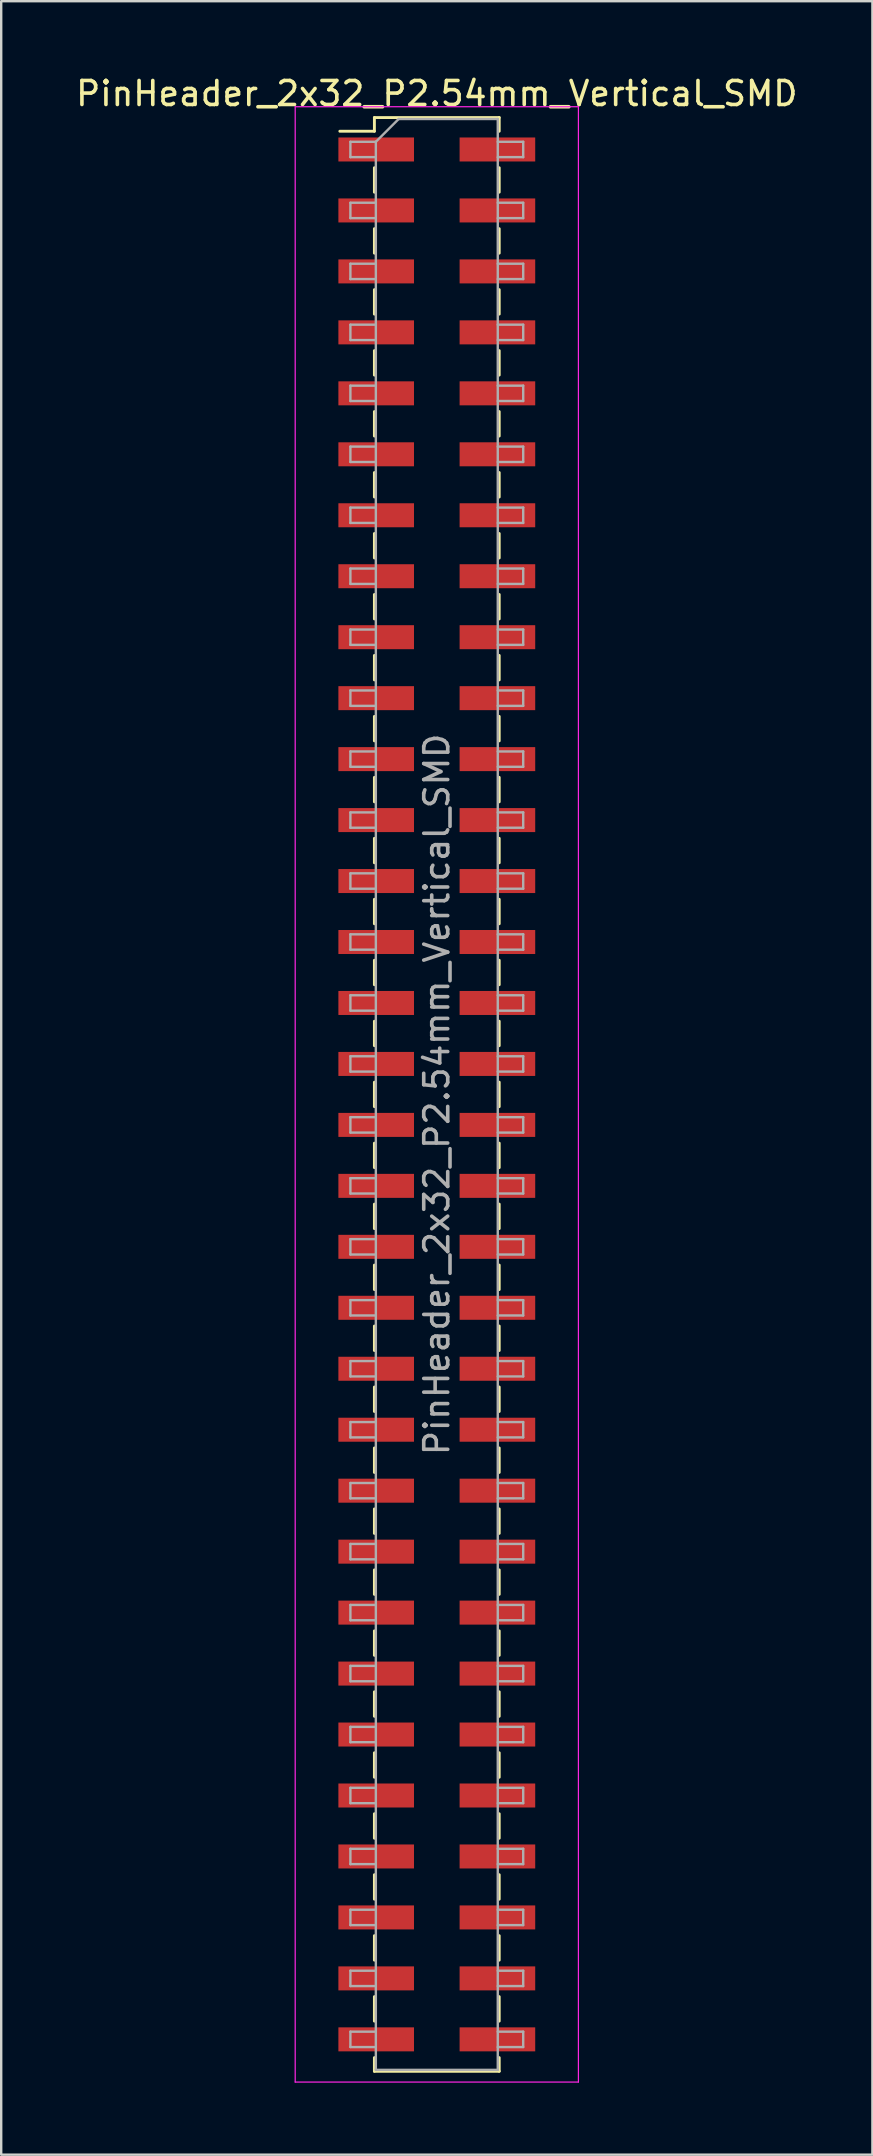
<source format=kicad_pcb>
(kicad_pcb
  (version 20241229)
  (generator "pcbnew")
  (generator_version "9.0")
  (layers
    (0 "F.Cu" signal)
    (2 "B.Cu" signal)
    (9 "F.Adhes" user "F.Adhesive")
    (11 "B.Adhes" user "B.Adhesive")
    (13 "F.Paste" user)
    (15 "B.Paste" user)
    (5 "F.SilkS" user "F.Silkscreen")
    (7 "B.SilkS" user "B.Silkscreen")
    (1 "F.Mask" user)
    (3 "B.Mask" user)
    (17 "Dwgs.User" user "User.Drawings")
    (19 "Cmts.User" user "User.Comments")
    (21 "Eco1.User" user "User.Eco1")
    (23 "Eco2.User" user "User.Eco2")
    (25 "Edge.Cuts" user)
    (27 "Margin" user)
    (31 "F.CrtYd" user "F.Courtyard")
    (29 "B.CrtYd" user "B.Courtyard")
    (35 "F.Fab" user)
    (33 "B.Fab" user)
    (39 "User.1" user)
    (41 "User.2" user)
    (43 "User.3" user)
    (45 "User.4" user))
  (footprint "PinHeader_2x32_P2.54mm_Vertical_SMD"
    (layer "F.Cu")
    (at 15.149 42.548)
    (property "Reference" "PinHeader_2x32_P2.54mm_Vertical_SMD" (at 0 -41.7 0) (layer "F.SilkS") (effects (font (size 1 1) (thickness 0.15))))
    (attr smd)
    (fp_line (start -4.04 -40.13) (end -2.6 -40.13) (stroke (width 0.12) (type solid)) (layer "F.SilkS"))
    (fp_line (start -2.6 -40.7) (end -2.6 -40.13) (stroke (width 0.12) (type solid)) (layer "F.SilkS"))
    (fp_line (start -2.6 -40.7) (end 2.6 -40.7) (stroke (width 0.12) (type solid)) (layer "F.SilkS"))
    (fp_line (start -2.6 -38.61) (end -2.6 -37.59) (stroke (width 0.12) (type solid)) (layer "F.SilkS"))
    (fp_line (start -2.6 -36.07) (end -2.6 -35.05) (stroke (width 0.12) (type solid)) (layer "F.SilkS"))
    (fp_line (start -2.6 -33.53) (end -2.6 -32.51) (stroke (width 0.12) (type solid)) (layer "F.SilkS"))
    (fp_line (start -2.6 -30.99) (end -2.6 -29.97) (stroke (width 0.12) (type solid)) (layer "F.SilkS"))
    (fp_line (start -2.6 -28.45) (end -2.6 -27.43) (stroke (width 0.12) (type solid)) (layer "F.SilkS"))
    (fp_line (start -2.6 -25.91) (end -2.6 -24.89) (stroke (width 0.12) (type solid)) (layer "F.SilkS"))
    (fp_line (start -2.6 -23.37) (end -2.6 -22.35) (stroke (width 0.12) (type solid)) (layer "F.SilkS"))
    (fp_line (start -2.6 -20.83) (end -2.6 -19.81) (stroke (width 0.12) (type solid)) (layer "F.SilkS"))
    (fp_line (start -2.6 -18.29) (end -2.6 -17.27) (stroke (width 0.12) (type solid)) (layer "F.SilkS"))
    (fp_line (start -2.6 -15.75) (end -2.6 -14.73) (stroke (width 0.12) (type solid)) (layer "F.SilkS"))
    (fp_line (start -2.6 -13.21) (end -2.6 -12.19) (stroke (width 0.12) (type solid)) (layer "F.SilkS"))
    (fp_line (start -2.6 -10.67) (end -2.6 -9.65) (stroke (width 0.12) (type solid)) (layer "F.SilkS"))
    (fp_line (start -2.6 -8.13) (end -2.6 -7.11) (stroke (width 0.12) (type solid)) (layer "F.SilkS"))
    (fp_line (start -2.6 -5.59) (end -2.6 -4.57) (stroke (width 0.12) (type solid)) (layer "F.SilkS"))
    (fp_line (start -2.6 -3.05) (end -2.6 -2.03) (stroke (width 0.12) (type solid)) (layer "F.SilkS"))
    (fp_line (start -2.6 -0.51) (end -2.6 0.51) (stroke (width 0.12) (type solid)) (layer "F.SilkS"))
    (fp_line (start -2.6 2.03) (end -2.6 3.05) (stroke (width 0.12) (type solid)) (layer "F.SilkS"))
    (fp_line (start -2.6 4.57) (end -2.6 5.59) (stroke (width 0.12) (type solid)) (layer "F.SilkS"))
    (fp_line (start -2.6 7.11) (end -2.6 8.13) (stroke (width 0.12) (type solid)) (layer "F.SilkS"))
    (fp_line (start -2.6 9.65) (end -2.6 10.67) (stroke (width 0.12) (type solid)) (layer "F.SilkS"))
    (fp_line (start -2.6 12.19) (end -2.6 13.21) (stroke (width 0.12) (type solid)) (layer "F.SilkS"))
    (fp_line (start -2.6 14.73) (end -2.6 15.75) (stroke (width 0.12) (type solid)) (layer "F.SilkS"))
    (fp_line (start -2.6 17.27) (end -2.6 18.29) (stroke (width 0.12) (type solid)) (layer "F.SilkS"))
    (fp_line (start -2.6 19.81) (end -2.6 20.83) (stroke (width 0.12) (type solid)) (layer "F.SilkS"))
    (fp_line (start -2.6 22.35) (end -2.6 23.37) (stroke (width 0.12) (type solid)) (layer "F.SilkS"))
    (fp_line (start -2.6 24.89) (end -2.6 25.91) (stroke (width 0.12) (type solid)) (layer "F.SilkS"))
    (fp_line (start -2.6 27.43) (end -2.6 28.45) (stroke (width 0.12) (type solid)) (layer "F.SilkS"))
    (fp_line (start -2.6 29.97) (end -2.6 30.99) (stroke (width 0.12) (type solid)) (layer "F.SilkS"))
    (fp_line (start -2.6 32.51) (end -2.6 33.53) (stroke (width 0.12) (type solid)) (layer "F.SilkS"))
    (fp_line (start -2.6 35.05) (end -2.6 36.07) (stroke (width 0.12) (type solid)) (layer "F.SilkS"))
    (fp_line (start -2.6 37.59) (end -2.6 38.61) (stroke (width 0.12) (type solid)) (layer "F.SilkS"))
    (fp_line (start -2.6 40.13) (end -2.6 40.7) (stroke (width 0.12) (type solid)) (layer "F.SilkS"))
    (fp_line (start -2.6 40.7) (end 2.6 40.7) (stroke (width 0.12) (type solid)) (layer "F.SilkS"))
    (fp_line (start 2.6 -40.7) (end 2.6 -40.13) (stroke (width 0.12) (type solid)) (layer "F.SilkS"))
    (fp_line (start 2.6 -38.61) (end 2.6 -37.59) (stroke (width 0.12) (type solid)) (layer "F.SilkS"))
    (fp_line (start 2.6 -36.07) (end 2.6 -35.05) (stroke (width 0.12) (type solid)) (layer "F.SilkS"))
    (fp_line (start 2.6 -33.53) (end 2.6 -32.51) (stroke (width 0.12) (type solid)) (layer "F.SilkS"))
    (fp_line (start 2.6 -30.99) (end 2.6 -29.97) (stroke (width 0.12) (type solid)) (layer "F.SilkS"))
    (fp_line (start 2.6 -28.45) (end 2.6 -27.43) (stroke (width 0.12) (type solid)) (layer "F.SilkS"))
    (fp_line (start 2.6 -25.91) (end 2.6 -24.89) (stroke (width 0.12) (type solid)) (layer "F.SilkS"))
    (fp_line (start 2.6 -23.37) (end 2.6 -22.35) (stroke (width 0.12) (type solid)) (layer "F.SilkS"))
    (fp_line (start 2.6 -20.83) (end 2.6 -19.81) (stroke (width 0.12) (type solid)) (layer "F.SilkS"))
    (fp_line (start 2.6 -18.29) (end 2.6 -17.27) (stroke (width 0.12) (type solid)) (layer "F.SilkS"))
    (fp_line (start 2.6 -15.75) (end 2.6 -14.73) (stroke (width 0.12) (type solid)) (layer "F.SilkS"))
    (fp_line (start 2.6 -13.21) (end 2.6 -12.19) (stroke (width 0.12) (type solid)) (layer "F.SilkS"))
    (fp_line (start 2.6 -10.67) (end 2.6 -9.65) (stroke (width 0.12) (type solid)) (layer "F.SilkS"))
    (fp_line (start 2.6 -8.13) (end 2.6 -7.11) (stroke (width 0.12) (type solid)) (layer "F.SilkS"))
    (fp_line (start 2.6 -5.59) (end 2.6 -4.57) (stroke (width 0.12) (type solid)) (layer "F.SilkS"))
    (fp_line (start 2.6 -3.05) (end 2.6 -2.03) (stroke (width 0.12) (type solid)) (layer "F.SilkS"))
    (fp_line (start 2.6 -0.51) (end 2.6 0.51) (stroke (width 0.12) (type solid)) (layer "F.SilkS"))
    (fp_line (start 2.6 2.03) (end 2.6 3.05) (stroke (width 0.12) (type solid)) (layer "F.SilkS"))
    (fp_line (start 2.6 4.57) (end 2.6 5.59) (stroke (width 0.12) (type solid)) (layer "F.SilkS"))
    (fp_line (start 2.6 7.11) (end 2.6 8.13) (stroke (width 0.12) (type solid)) (layer "F.SilkS"))
    (fp_line (start 2.6 9.65) (end 2.6 10.67) (stroke (width 0.12) (type solid)) (layer "F.SilkS"))
    (fp_line (start 2.6 12.19) (end 2.6 13.21) (stroke (width 0.12) (type solid)) (layer "F.SilkS"))
    (fp_line (start 2.6 14.73) (end 2.6 15.75) (stroke (width 0.12) (type solid)) (layer "F.SilkS"))
    (fp_line (start 2.6 17.27) (end 2.6 18.29) (stroke (width 0.12) (type solid)) (layer "F.SilkS"))
    (fp_line (start 2.6 19.81) (end 2.6 20.83) (stroke (width 0.12) (type solid)) (layer "F.SilkS"))
    (fp_line (start 2.6 22.35) (end 2.6 23.37) (stroke (width 0.12) (type solid)) (layer "F.SilkS"))
    (fp_line (start 2.6 24.89) (end 2.6 25.91) (stroke (width 0.12) (type solid)) (layer "F.SilkS"))
    (fp_line (start 2.6 27.43) (end 2.6 28.45) (stroke (width 0.12) (type solid)) (layer "F.SilkS"))
    (fp_line (start 2.6 29.97) (end 2.6 30.99) (stroke (width 0.12) (type solid)) (layer "F.SilkS"))
    (fp_line (start 2.6 32.51) (end 2.6 33.53) (stroke (width 0.12) (type solid)) (layer "F.SilkS"))
    (fp_line (start 2.6 35.05) (end 2.6 36.07) (stroke (width 0.12) (type solid)) (layer "F.SilkS"))
    (fp_line (start 2.6 37.59) (end 2.6 38.61) (stroke (width 0.12) (type solid)) (layer "F.SilkS"))
    (fp_line (start 2.6 40.13) (end 2.6 40.7) (stroke (width 0.12) (type solid)) (layer "F.SilkS"))
    (fp_line (start -5.9 -41.15) (end -5.9 41.15) (stroke (width 0.05) (type solid)) (layer "F.CrtYd"))
    (fp_line (start -5.9 41.15) (end 5.9 41.15) (stroke (width 0.05) (type solid)) (layer "F.CrtYd"))
    (fp_line (start 5.9 -41.15) (end -5.9 -41.15) (stroke (width 0.05) (type solid)) (layer "F.CrtYd"))
    (fp_line (start 5.9 41.15) (end 5.9 -41.15) (stroke (width 0.05) (type solid)) (layer "F.CrtYd"))
    (fp_line (start -3.6 -39.69) (end -3.6 -39.05) (stroke (width 0.1) (type solid)) (layer "F.Fab"))
    (fp_line (start -3.6 -39.05) (end -2.54 -39.05) (stroke (width 0.1) (type solid)) (layer "F.Fab"))
    (fp_line (start -3.6 -37.15) (end -3.6 -36.51) (stroke (width 0.1) (type solid)) (layer "F.Fab"))
    (fp_line (start -3.6 -36.51) (end -2.54 -36.51) (stroke (width 0.1) (type solid)) (layer "F.Fab"))
    (fp_line (start -3.6 -34.61) (end -3.6 -33.97) (stroke (width 0.1) (type solid)) (layer "F.Fab"))
    (fp_line (start -3.6 -33.97) (end -2.54 -33.97) (stroke (width 0.1) (type solid)) (layer "F.Fab"))
    (fp_line (start -3.6 -32.07) (end -3.6 -31.43) (stroke (width 0.1) (type solid)) (layer "F.Fab"))
    (fp_line (start -3.6 -31.43) (end -2.54 -31.43) (stroke (width 0.1) (type solid)) (layer "F.Fab"))
    (fp_line (start -3.6 -29.53) (end -3.6 -28.89) (stroke (width 0.1) (type solid)) (layer "F.Fab"))
    (fp_line (start -3.6 -28.89) (end -2.54 -28.89) (stroke (width 0.1) (type solid)) (layer "F.Fab"))
    (fp_line (start -3.6 -26.99) (end -3.6 -26.35) (stroke (width 0.1) (type solid)) (layer "F.Fab"))
    (fp_line (start -3.6 -26.35) (end -2.54 -26.35) (stroke (width 0.1) (type solid)) (layer "F.Fab"))
    (fp_line (start -3.6 -24.45) (end -3.6 -23.81) (stroke (width 0.1) (type solid)) (layer "F.Fab"))
    (fp_line (start -3.6 -23.81) (end -2.54 -23.81) (stroke (width 0.1) (type solid)) (layer "F.Fab"))
    (fp_line (start -3.6 -21.91) (end -3.6 -21.27) (stroke (width 0.1) (type solid)) (layer "F.Fab"))
    (fp_line (start -3.6 -21.27) (end -2.54 -21.27) (stroke (width 0.1) (type solid)) (layer "F.Fab"))
    (fp_line (start -3.6 -19.37) (end -3.6 -18.73) (stroke (width 0.1) (type solid)) (layer "F.Fab"))
    (fp_line (start -3.6 -18.73) (end -2.54 -18.73) (stroke (width 0.1) (type solid)) (layer "F.Fab"))
    (fp_line (start -3.6 -16.83) (end -3.6 -16.19) (stroke (width 0.1) (type solid)) (layer "F.Fab"))
    (fp_line (start -3.6 -16.19) (end -2.54 -16.19) (stroke (width 0.1) (type solid)) (layer "F.Fab"))
    (fp_line (start -3.6 -14.29) (end -3.6 -13.65) (stroke (width 0.1) (type solid)) (layer "F.Fab"))
    (fp_line (start -3.6 -13.65) (end -2.54 -13.65) (stroke (width 0.1) (type solid)) (layer "F.Fab"))
    (fp_line (start -3.6 -11.75) (end -3.6 -11.11) (stroke (width 0.1) (type solid)) (layer "F.Fab"))
    (fp_line (start -3.6 -11.11) (end -2.54 -11.11) (stroke (width 0.1) (type solid)) (layer "F.Fab"))
    (fp_line (start -3.6 -9.21) (end -3.6 -8.57) (stroke (width 0.1) (type solid)) (layer "F.Fab"))
    (fp_line (start -3.6 -8.57) (end -2.54 -8.57) (stroke (width 0.1) (type solid)) (layer "F.Fab"))
    (fp_line (start -3.6 -6.67) (end -3.6 -6.03) (stroke (width 0.1) (type solid)) (layer "F.Fab"))
    (fp_line (start -3.6 -6.03) (end -2.54 -6.03) (stroke (width 0.1) (type solid)) (layer "F.Fab"))
    (fp_line (start -3.6 -4.13) (end -3.6 -3.49) (stroke (width 0.1) (type solid)) (layer "F.Fab"))
    (fp_line (start -3.6 -3.49) (end -2.54 -3.49) (stroke (width 0.1) (type solid)) (layer "F.Fab"))
    (fp_line (start -3.6 -1.59) (end -3.6 -0.95) (stroke (width 0.1) (type solid)) (layer "F.Fab"))
    (fp_line (start -3.6 -0.95) (end -2.54 -0.95) (stroke (width 0.1) (type solid)) (layer "F.Fab"))
    (fp_line (start -3.6 0.95) (end -3.6 1.59) (stroke (width 0.1) (type solid)) (layer "F.Fab"))
    (fp_line (start -3.6 1.59) (end -2.54 1.59) (stroke (width 0.1) (type solid)) (layer "F.Fab"))
    (fp_line (start -3.6 3.49) (end -3.6 4.13) (stroke (width 0.1) (type solid)) (layer "F.Fab"))
    (fp_line (start -3.6 4.13) (end -2.54 4.13) (stroke (width 0.1) (type solid)) (layer "F.Fab"))
    (fp_line (start -3.6 6.03) (end -3.6 6.67) (stroke (width 0.1) (type solid)) (layer "F.Fab"))
    (fp_line (start -3.6 6.67) (end -2.54 6.67) (stroke (width 0.1) (type solid)) (layer "F.Fab"))
    (fp_line (start -3.6 8.57) (end -3.6 9.21) (stroke (width 0.1) (type solid)) (layer "F.Fab"))
    (fp_line (start -3.6 9.21) (end -2.54 9.21) (stroke (width 0.1) (type solid)) (layer "F.Fab"))
    (fp_line (start -3.6 11.11) (end -3.6 11.75) (stroke (width 0.1) (type solid)) (layer "F.Fab"))
    (fp_line (start -3.6 11.75) (end -2.54 11.75) (stroke (width 0.1) (type solid)) (layer "F.Fab"))
    (fp_line (start -3.6 13.65) (end -3.6 14.29) (stroke (width 0.1) (type solid)) (layer "F.Fab"))
    (fp_line (start -3.6 14.29) (end -2.54 14.29) (stroke (width 0.1) (type solid)) (layer "F.Fab"))
    (fp_line (start -3.6 16.19) (end -3.6 16.83) (stroke (width 0.1) (type solid)) (layer "F.Fab"))
    (fp_line (start -3.6 16.83) (end -2.54 16.83) (stroke (width 0.1) (type solid)) (layer "F.Fab"))
    (fp_line (start -3.6 18.73) (end -3.6 19.37) (stroke (width 0.1) (type solid)) (layer "F.Fab"))
    (fp_line (start -3.6 19.37) (end -2.54 19.37) (stroke (width 0.1) (type solid)) (layer "F.Fab"))
    (fp_line (start -3.6 21.27) (end -3.6 21.91) (stroke (width 0.1) (type solid)) (layer "F.Fab"))
    (fp_line (start -3.6 21.91) (end -2.54 21.91) (stroke (width 0.1) (type solid)) (layer "F.Fab"))
    (fp_line (start -3.6 23.81) (end -3.6 24.45) (stroke (width 0.1) (type solid)) (layer "F.Fab"))
    (fp_line (start -3.6 24.45) (end -2.54 24.45) (stroke (width 0.1) (type solid)) (layer "F.Fab"))
    (fp_line (start -3.6 26.35) (end -3.6 26.99) (stroke (width 0.1) (type solid)) (layer "F.Fab"))
    (fp_line (start -3.6 26.99) (end -2.54 26.99) (stroke (width 0.1) (type solid)) (layer "F.Fab"))
    (fp_line (start -3.6 28.89) (end -3.6 29.53) (stroke (width 0.1) (type solid)) (layer "F.Fab"))
    (fp_line (start -3.6 29.53) (end -2.54 29.53) (stroke (width 0.1) (type solid)) (layer "F.Fab"))
    (fp_line (start -3.6 31.43) (end -3.6 32.07) (stroke (width 0.1) (type solid)) (layer "F.Fab"))
    (fp_line (start -3.6 32.07) (end -2.54 32.07) (stroke (width 0.1) (type solid)) (layer "F.Fab"))
    (fp_line (start -3.6 33.97) (end -3.6 34.61) (stroke (width 0.1) (type solid)) (layer "F.Fab"))
    (fp_line (start -3.6 34.61) (end -2.54 34.61) (stroke (width 0.1) (type solid)) (layer "F.Fab"))
    (fp_line (start -3.6 36.51) (end -3.6 37.15) (stroke (width 0.1) (type solid)) (layer "F.Fab"))
    (fp_line (start -3.6 37.15) (end -2.54 37.15) (stroke (width 0.1) (type solid)) (layer "F.Fab"))
    (fp_line (start -3.6 39.05) (end -3.6 39.69) (stroke (width 0.1) (type solid)) (layer "F.Fab"))
    (fp_line (start -3.6 39.69) (end -2.54 39.69) (stroke (width 0.1) (type solid)) (layer "F.Fab"))
    (fp_line (start -2.54 -39.69) (end -3.6 -39.69) (stroke (width 0.1) (type solid)) (layer "F.Fab"))
    (fp_line (start -2.54 -39.69) (end -1.59 -40.64) (stroke (width 0.1) (type solid)) (layer "F.Fab"))
    (fp_line (start -2.54 -37.15) (end -3.6 -37.15) (stroke (width 0.1) (type solid)) (layer "F.Fab"))
    (fp_line (start -2.54 -34.61) (end -3.6 -34.61) (stroke (width 0.1) (type solid)) (layer "F.Fab"))
    (fp_line (start -2.54 -32.07) (end -3.6 -32.07) (stroke (width 0.1) (type solid)) (layer "F.Fab"))
    (fp_line (start -2.54 -29.53) (end -3.6 -29.53) (stroke (width 0.1) (type solid)) (layer "F.Fab"))
    (fp_line (start -2.54 -26.99) (end -3.6 -26.99) (stroke (width 0.1) (type solid)) (layer "F.Fab"))
    (fp_line (start -2.54 -24.45) (end -3.6 -24.45) (stroke (width 0.1) (type solid)) (layer "F.Fab"))
    (fp_line (start -2.54 -21.91) (end -3.6 -21.91) (stroke (width 0.1) (type solid)) (layer "F.Fab"))
    (fp_line (start -2.54 -19.37) (end -3.6 -19.37) (stroke (width 0.1) (type solid)) (layer "F.Fab"))
    (fp_line (start -2.54 -16.83) (end -3.6 -16.83) (stroke (width 0.1) (type solid)) (layer "F.Fab"))
    (fp_line (start -2.54 -14.29) (end -3.6 -14.29) (stroke (width 0.1) (type solid)) (layer "F.Fab"))
    (fp_line (start -2.54 -11.75) (end -3.6 -11.75) (stroke (width 0.1) (type solid)) (layer "F.Fab"))
    (fp_line (start -2.54 -9.21) (end -3.6 -9.21) (stroke (width 0.1) (type solid)) (layer "F.Fab"))
    (fp_line (start -2.54 -6.67) (end -3.6 -6.67) (stroke (width 0.1) (type solid)) (layer "F.Fab"))
    (fp_line (start -2.54 -4.13) (end -3.6 -4.13) (stroke (width 0.1) (type solid)) (layer "F.Fab"))
    (fp_line (start -2.54 -1.59) (end -3.6 -1.59) (stroke (width 0.1) (type solid)) (layer "F.Fab"))
    (fp_line (start -2.54 0.95) (end -3.6 0.95) (stroke (width 0.1) (type solid)) (layer "F.Fab"))
    (fp_line (start -2.54 3.49) (end -3.6 3.49) (stroke (width 0.1) (type solid)) (layer "F.Fab"))
    (fp_line (start -2.54 6.03) (end -3.6 6.03) (stroke (width 0.1) (type solid)) (layer "F.Fab"))
    (fp_line (start -2.54 8.57) (end -3.6 8.57) (stroke (width 0.1) (type solid)) (layer "F.Fab"))
    (fp_line (start -2.54 11.11) (end -3.6 11.11) (stroke (width 0.1) (type solid)) (layer "F.Fab"))
    (fp_line (start -2.54 13.65) (end -3.6 13.65) (stroke (width 0.1) (type solid)) (layer "F.Fab"))
    (fp_line (start -2.54 16.19) (end -3.6 16.19) (stroke (width 0.1) (type solid)) (layer "F.Fab"))
    (fp_line (start -2.54 18.73) (end -3.6 18.73) (stroke (width 0.1) (type solid)) (layer "F.Fab"))
    (fp_line (start -2.54 21.27) (end -3.6 21.27) (stroke (width 0.1) (type solid)) (layer "F.Fab"))
    (fp_line (start -2.54 23.81) (end -3.6 23.81) (stroke (width 0.1) (type solid)) (layer "F.Fab"))
    (fp_line (start -2.54 26.35) (end -3.6 26.35) (stroke (width 0.1) (type solid)) (layer "F.Fab"))
    (fp_line (start -2.54 28.89) (end -3.6 28.89) (stroke (width 0.1) (type solid)) (layer "F.Fab"))
    (fp_line (start -2.54 31.43) (end -3.6 31.43) (stroke (width 0.1) (type solid)) (layer "F.Fab"))
    (fp_line (start -2.54 33.97) (end -3.6 33.97) (stroke (width 0.1) (type solid)) (layer "F.Fab"))
    (fp_line (start -2.54 36.51) (end -3.6 36.51) (stroke (width 0.1) (type solid)) (layer "F.Fab"))
    (fp_line (start -2.54 39.05) (end -3.6 39.05) (stroke (width 0.1) (type solid)) (layer "F.Fab"))
    (fp_line (start -2.54 40.64) (end -2.54 -39.69) (stroke (width 0.1) (type solid)) (layer "F.Fab"))
    (fp_line (start -1.59 -40.64) (end 2.54 -40.64) (stroke (width 0.1) (type solid)) (layer "F.Fab"))
    (fp_line (start 2.54 -40.64) (end 2.54 40.64) (stroke (width 0.1) (type solid)) (layer "F.Fab"))
    (fp_line (start 2.54 -39.69) (end 3.6 -39.69) (stroke (width 0.1) (type solid)) (layer "F.Fab"))
    (fp_line (start 2.54 -37.15) (end 3.6 -37.15) (stroke (width 0.1) (type solid)) (layer "F.Fab"))
    (fp_line (start 2.54 -34.61) (end 3.6 -34.61) (stroke (width 0.1) (type solid)) (layer "F.Fab"))
    (fp_line (start 2.54 -32.07) (end 3.6 -32.07) (stroke (width 0.1) (type solid)) (layer "F.Fab"))
    (fp_line (start 2.54 -29.53) (end 3.6 -29.53) (stroke (width 0.1) (type solid)) (layer "F.Fab"))
    (fp_line (start 2.54 -26.99) (end 3.6 -26.99) (stroke (width 0.1) (type solid)) (layer "F.Fab"))
    (fp_line (start 2.54 -24.45) (end 3.6 -24.45) (stroke (width 0.1) (type solid)) (layer "F.Fab"))
    (fp_line (start 2.54 -21.91) (end 3.6 -21.91) (stroke (width 0.1) (type solid)) (layer "F.Fab"))
    (fp_line (start 2.54 -19.37) (end 3.6 -19.37) (stroke (width 0.1) (type solid)) (layer "F.Fab"))
    (fp_line (start 2.54 -16.83) (end 3.6 -16.83) (stroke (width 0.1) (type solid)) (layer "F.Fab"))
    (fp_line (start 2.54 -14.29) (end 3.6 -14.29) (stroke (width 0.1) (type solid)) (layer "F.Fab"))
    (fp_line (start 2.54 -11.75) (end 3.6 -11.75) (stroke (width 0.1) (type solid)) (layer "F.Fab"))
    (fp_line (start 2.54 -9.21) (end 3.6 -9.21) (stroke (width 0.1) (type solid)) (layer "F.Fab"))
    (fp_line (start 2.54 -6.67) (end 3.6 -6.67) (stroke (width 0.1) (type solid)) (layer "F.Fab"))
    (fp_line (start 2.54 -4.13) (end 3.6 -4.13) (stroke (width 0.1) (type solid)) (layer "F.Fab"))
    (fp_line (start 2.54 -1.59) (end 3.6 -1.59) (stroke (width 0.1) (type solid)) (layer "F.Fab"))
    (fp_line (start 2.54 0.95) (end 3.6 0.95) (stroke (width 0.1) (type solid)) (layer "F.Fab"))
    (fp_line (start 2.54 3.49) (end 3.6 3.49) (stroke (width 0.1) (type solid)) (layer "F.Fab"))
    (fp_line (start 2.54 6.03) (end 3.6 6.03) (stroke (width 0.1) (type solid)) (layer "F.Fab"))
    (fp_line (start 2.54 8.57) (end 3.6 8.57) (stroke (width 0.1) (type solid)) (layer "F.Fab"))
    (fp_line (start 2.54 11.11) (end 3.6 11.11) (stroke (width 0.1) (type solid)) (layer "F.Fab"))
    (fp_line (start 2.54 13.65) (end 3.6 13.65) (stroke (width 0.1) (type solid)) (layer "F.Fab"))
    (fp_line (start 2.54 16.19) (end 3.6 16.19) (stroke (width 0.1) (type solid)) (layer "F.Fab"))
    (fp_line (start 2.54 18.73) (end 3.6 18.73) (stroke (width 0.1) (type solid)) (layer "F.Fab"))
    (fp_line (start 2.54 21.27) (end 3.6 21.27) (stroke (width 0.1) (type solid)) (layer "F.Fab"))
    (fp_line (start 2.54 23.81) (end 3.6 23.81) (stroke (width 0.1) (type solid)) (layer "F.Fab"))
    (fp_line (start 2.54 26.35) (end 3.6 26.35) (stroke (width 0.1) (type solid)) (layer "F.Fab"))
    (fp_line (start 2.54 28.89) (end 3.6 28.89) (stroke (width 0.1) (type solid)) (layer "F.Fab"))
    (fp_line (start 2.54 31.43) (end 3.6 31.43) (stroke (width 0.1) (type solid)) (layer "F.Fab"))
    (fp_line (start 2.54 33.97) (end 3.6 33.97) (stroke (width 0.1) (type solid)) (layer "F.Fab"))
    (fp_line (start 2.54 36.51) (end 3.6 36.51) (stroke (width 0.1) (type solid)) (layer "F.Fab"))
    (fp_line (start 2.54 39.05) (end 3.6 39.05) (stroke (width 0.1) (type solid)) (layer "F.Fab"))
    (fp_line (start 2.54 40.64) (end -2.54 40.64) (stroke (width 0.1) (type solid)) (layer "F.Fab"))
    (fp_line (start 3.6 -39.69) (end 3.6 -39.05) (stroke (width 0.1) (type solid)) (layer "F.Fab"))
    (fp_line (start 3.6 -39.05) (end 2.54 -39.05) (stroke (width 0.1) (type solid)) (layer "F.Fab"))
    (fp_line (start 3.6 -37.15) (end 3.6 -36.51) (stroke (width 0.1) (type solid)) (layer "F.Fab"))
    (fp_line (start 3.6 -36.51) (end 2.54 -36.51) (stroke (width 0.1) (type solid)) (layer "F.Fab"))
    (fp_line (start 3.6 -34.61) (end 3.6 -33.97) (stroke (width 0.1) (type solid)) (layer "F.Fab"))
    (fp_line (start 3.6 -33.97) (end 2.54 -33.97) (stroke (width 0.1) (type solid)) (layer "F.Fab"))
    (fp_line (start 3.6 -32.07) (end 3.6 -31.43) (stroke (width 0.1) (type solid)) (layer "F.Fab"))
    (fp_line (start 3.6 -31.43) (end 2.54 -31.43) (stroke (width 0.1) (type solid)) (layer "F.Fab"))
    (fp_line (start 3.6 -29.53) (end 3.6 -28.89) (stroke (width 0.1) (type solid)) (layer "F.Fab"))
    (fp_line (start 3.6 -28.89) (end 2.54 -28.89) (stroke (width 0.1) (type solid)) (layer "F.Fab"))
    (fp_line (start 3.6 -26.99) (end 3.6 -26.35) (stroke (width 0.1) (type solid)) (layer "F.Fab"))
    (fp_line (start 3.6 -26.35) (end 2.54 -26.35) (stroke (width 0.1) (type solid)) (layer "F.Fab"))
    (fp_line (start 3.6 -24.45) (end 3.6 -23.81) (stroke (width 0.1) (type solid)) (layer "F.Fab"))
    (fp_line (start 3.6 -23.81) (end 2.54 -23.81) (stroke (width 0.1) (type solid)) (layer "F.Fab"))
    (fp_line (start 3.6 -21.91) (end 3.6 -21.27) (stroke (width 0.1) (type solid)) (layer "F.Fab"))
    (fp_line (start 3.6 -21.27) (end 2.54 -21.27) (stroke (width 0.1) (type solid)) (layer "F.Fab"))
    (fp_line (start 3.6 -19.37) (end 3.6 -18.73) (stroke (width 0.1) (type solid)) (layer "F.Fab"))
    (fp_line (start 3.6 -18.73) (end 2.54 -18.73) (stroke (width 0.1) (type solid)) (layer "F.Fab"))
    (fp_line (start 3.6 -16.83) (end 3.6 -16.19) (stroke (width 0.1) (type solid)) (layer "F.Fab"))
    (fp_line (start 3.6 -16.19) (end 2.54 -16.19) (stroke (width 0.1) (type solid)) (layer "F.Fab"))
    (fp_line (start 3.6 -14.29) (end 3.6 -13.65) (stroke (width 0.1) (type solid)) (layer "F.Fab"))
    (fp_line (start 3.6 -13.65) (end 2.54 -13.65) (stroke (width 0.1) (type solid)) (layer "F.Fab"))
    (fp_line (start 3.6 -11.75) (end 3.6 -11.11) (stroke (width 0.1) (type solid)) (layer "F.Fab"))
    (fp_line (start 3.6 -11.11) (end 2.54 -11.11) (stroke (width 0.1) (type solid)) (layer "F.Fab"))
    (fp_line (start 3.6 -9.21) (end 3.6 -8.57) (stroke (width 0.1) (type solid)) (layer "F.Fab"))
    (fp_line (start 3.6 -8.57) (end 2.54 -8.57) (stroke (width 0.1) (type solid)) (layer "F.Fab"))
    (fp_line (start 3.6 -6.67) (end 3.6 -6.03) (stroke (width 0.1) (type solid)) (layer "F.Fab"))
    (fp_line (start 3.6 -6.03) (end 2.54 -6.03) (stroke (width 0.1) (type solid)) (layer "F.Fab"))
    (fp_line (start 3.6 -4.13) (end 3.6 -3.49) (stroke (width 0.1) (type solid)) (layer "F.Fab"))
    (fp_line (start 3.6 -3.49) (end 2.54 -3.49) (stroke (width 0.1) (type solid)) (layer "F.Fab"))
    (fp_line (start 3.6 -1.59) (end 3.6 -0.95) (stroke (width 0.1) (type solid)) (layer "F.Fab"))
    (fp_line (start 3.6 -0.95) (end 2.54 -0.95) (stroke (width 0.1) (type solid)) (layer "F.Fab"))
    (fp_line (start 3.6 0.95) (end 3.6 1.59) (stroke (width 0.1) (type solid)) (layer "F.Fab"))
    (fp_line (start 3.6 1.59) (end 2.54 1.59) (stroke (width 0.1) (type solid)) (layer "F.Fab"))
    (fp_line (start 3.6 3.49) (end 3.6 4.13) (stroke (width 0.1) (type solid)) (layer "F.Fab"))
    (fp_line (start 3.6 4.13) (end 2.54 4.13) (stroke (width 0.1) (type solid)) (layer "F.Fab"))
    (fp_line (start 3.6 6.03) (end 3.6 6.67) (stroke (width 0.1) (type solid)) (layer "F.Fab"))
    (fp_line (start 3.6 6.67) (end 2.54 6.67) (stroke (width 0.1) (type solid)) (layer "F.Fab"))
    (fp_line (start 3.6 8.57) (end 3.6 9.21) (stroke (width 0.1) (type solid)) (layer "F.Fab"))
    (fp_line (start 3.6 9.21) (end 2.54 9.21) (stroke (width 0.1) (type solid)) (layer "F.Fab"))
    (fp_line (start 3.6 11.11) (end 3.6 11.75) (stroke (width 0.1) (type solid)) (layer "F.Fab"))
    (fp_line (start 3.6 11.75) (end 2.54 11.75) (stroke (width 0.1) (type solid)) (layer "F.Fab"))
    (fp_line (start 3.6 13.65) (end 3.6 14.29) (stroke (width 0.1) (type solid)) (layer "F.Fab"))
    (fp_line (start 3.6 14.29) (end 2.54 14.29) (stroke (width 0.1) (type solid)) (layer "F.Fab"))
    (fp_line (start 3.6 16.19) (end 3.6 16.83) (stroke (width 0.1) (type solid)) (layer "F.Fab"))
    (fp_line (start 3.6 16.83) (end 2.54 16.83) (stroke (width 0.1) (type solid)) (layer "F.Fab"))
    (fp_line (start 3.6 18.73) (end 3.6 19.37) (stroke (width 0.1) (type solid)) (layer "F.Fab"))
    (fp_line (start 3.6 19.37) (end 2.54 19.37) (stroke (width 0.1) (type solid)) (layer "F.Fab"))
    (fp_line (start 3.6 21.27) (end 3.6 21.91) (stroke (width 0.1) (type solid)) (layer "F.Fab"))
    (fp_line (start 3.6 21.91) (end 2.54 21.91) (stroke (width 0.1) (type solid)) (layer "F.Fab"))
    (fp_line (start 3.6 23.81) (end 3.6 24.45) (stroke (width 0.1) (type solid)) (layer "F.Fab"))
    (fp_line (start 3.6 24.45) (end 2.54 24.45) (stroke (width 0.1) (type solid)) (layer "F.Fab"))
    (fp_line (start 3.6 26.35) (end 3.6 26.99) (stroke (width 0.1) (type solid)) (layer "F.Fab"))
    (fp_line (start 3.6 26.99) (end 2.54 26.99) (stroke (width 0.1) (type solid)) (layer "F.Fab"))
    (fp_line (start 3.6 28.89) (end 3.6 29.53) (stroke (width 0.1) (type solid)) (layer "F.Fab"))
    (fp_line (start 3.6 29.53) (end 2.54 29.53) (stroke (width 0.1) (type solid)) (layer "F.Fab"))
    (fp_line (start 3.6 31.43) (end 3.6 32.07) (stroke (width 0.1) (type solid)) (layer "F.Fab"))
    (fp_line (start 3.6 32.07) (end 2.54 32.07) (stroke (width 0.1) (type solid)) (layer "F.Fab"))
    (fp_line (start 3.6 33.97) (end 3.6 34.61) (stroke (width 0.1) (type solid)) (layer "F.Fab"))
    (fp_line (start 3.6 34.61) (end 2.54 34.61) (stroke (width 0.1) (type solid)) (layer "F.Fab"))
    (fp_line (start 3.6 36.51) (end 3.6 37.15) (stroke (width 0.1) (type solid)) (layer "F.Fab"))
    (fp_line (start 3.6 37.15) (end 2.54 37.15) (stroke (width 0.1) (type solid)) (layer "F.Fab"))
    (fp_line (start 3.6 39.05) (end 3.6 39.69) (stroke (width 0.1) (type solid)) (layer "F.Fab"))
    (fp_line (start 3.6 39.69) (end 2.54 39.69) (stroke (width 0.1) (type solid)) (layer "F.Fab"))
    (fp_text user "${REFERENCE}" (at 0 0 90) (layer "F.Fab") (effects (font (size 1 1) (thickness 0.15))))
    (pad "1" smd rect (at -2.525 -39.37) (size 3.15 1) (layers "F.Cu" "F.Mask" "F.Paste"))
    (pad "2" smd rect (at 2.525 -39.37) (size 3.15 1) (layers "F.Cu" "F.Mask" "F.Paste"))
    (pad "3" smd rect (at -2.525 -36.83) (size 3.15 1) (layers "F.Cu" "F.Mask" "F.Paste"))
    (pad "4" smd rect (at 2.525 -36.83) (size 3.15 1) (layers "F.Cu" "F.Mask" "F.Paste"))
    (pad "5" smd rect (at -2.525 -34.29) (size 3.15 1) (layers "F.Cu" "F.Mask" "F.Paste"))
    (pad "6" smd rect (at 2.525 -34.29) (size 3.15 1) (layers "F.Cu" "F.Mask" "F.Paste"))
    (pad "7" smd rect (at -2.525 -31.75) (size 3.15 1) (layers "F.Cu" "F.Mask" "F.Paste"))
    (pad "8" smd rect (at 2.525 -31.75) (size 3.15 1) (layers "F.Cu" "F.Mask" "F.Paste"))
    (pad "9" smd rect (at -2.525 -29.21) (size 3.15 1) (layers "F.Cu" "F.Mask" "F.Paste"))
    (pad "10" smd rect (at 2.525 -29.21) (size 3.15 1) (layers "F.Cu" "F.Mask" "F.Paste"))
    (pad "11" smd rect (at -2.525 -26.67) (size 3.15 1) (layers "F.Cu" "F.Mask" "F.Paste"))
    (pad "12" smd rect (at 2.525 -26.67) (size 3.15 1) (layers "F.Cu" "F.Mask" "F.Paste"))
    (pad "13" smd rect (at -2.525 -24.13) (size 3.15 1) (layers "F.Cu" "F.Mask" "F.Paste"))
    (pad "14" smd rect (at 2.525 -24.13) (size 3.15 1) (layers "F.Cu" "F.Mask" "F.Paste"))
    (pad "15" smd rect (at -2.525 -21.59) (size 3.15 1) (layers "F.Cu" "F.Mask" "F.Paste"))
    (pad "16" smd rect (at 2.525 -21.59) (size 3.15 1) (layers "F.Cu" "F.Mask" "F.Paste"))
    (pad "17" smd rect (at -2.525 -19.05) (size 3.15 1) (layers "F.Cu" "F.Mask" "F.Paste"))
    (pad "18" smd rect (at 2.525 -19.05) (size 3.15 1) (layers "F.Cu" "F.Mask" "F.Paste"))
    (pad "19" smd rect (at -2.525 -16.51) (size 3.15 1) (layers "F.Cu" "F.Mask" "F.Paste"))
    (pad "20" smd rect (at 2.525 -16.51) (size 3.15 1) (layers "F.Cu" "F.Mask" "F.Paste"))
    (pad "21" smd rect (at -2.525 -13.97) (size 3.15 1) (layers "F.Cu" "F.Mask" "F.Paste"))
    (pad "22" smd rect (at 2.525 -13.97) (size 3.15 1) (layers "F.Cu" "F.Mask" "F.Paste"))
    (pad "23" smd rect (at -2.525 -11.43) (size 3.15 1) (layers "F.Cu" "F.Mask" "F.Paste"))
    (pad "24" smd rect (at 2.525 -11.43) (size 3.15 1) (layers "F.Cu" "F.Mask" "F.Paste"))
    (pad "25" smd rect (at -2.525 -8.89) (size 3.15 1) (layers "F.Cu" "F.Mask" "F.Paste"))
    (pad "26" smd rect (at 2.525 -8.89) (size 3.15 1) (layers "F.Cu" "F.Mask" "F.Paste"))
    (pad "27" smd rect (at -2.525 -6.35) (size 3.15 1) (layers "F.Cu" "F.Mask" "F.Paste"))
    (pad "28" smd rect (at 2.525 -6.35) (size 3.15 1) (layers "F.Cu" "F.Mask" "F.Paste"))
    (pad "29" smd rect (at -2.525 -3.81) (size 3.15 1) (layers "F.Cu" "F.Mask" "F.Paste"))
    (pad "30" smd rect (at 2.525 -3.81) (size 3.15 1) (layers "F.Cu" "F.Mask" "F.Paste"))
    (pad "31" smd rect (at -2.525 -1.27) (size 3.15 1) (layers "F.Cu" "F.Mask" "F.Paste"))
    (pad "32" smd rect (at 2.525 -1.27) (size 3.15 1) (layers "F.Cu" "F.Mask" "F.Paste"))
    (pad "33" smd rect (at -2.525 1.27) (size 3.15 1) (layers "F.Cu" "F.Mask" "F.Paste"))
    (pad "34" smd rect (at 2.525 1.27) (size 3.15 1) (layers "F.Cu" "F.Mask" "F.Paste"))
    (pad "35" smd rect (at -2.525 3.81) (size 3.15 1) (layers "F.Cu" "F.Mask" "F.Paste"))
    (pad "36" smd rect (at 2.525 3.81) (size 3.15 1) (layers "F.Cu" "F.Mask" "F.Paste"))
    (pad "37" smd rect (at -2.525 6.35) (size 3.15 1) (layers "F.Cu" "F.Mask" "F.Paste"))
    (pad "38" smd rect (at 2.525 6.35) (size 3.15 1) (layers "F.Cu" "F.Mask" "F.Paste"))
    (pad "39" smd rect (at -2.525 8.89) (size 3.15 1) (layers "F.Cu" "F.Mask" "F.Paste"))
    (pad "40" smd rect (at 2.525 8.89) (size 3.15 1) (layers "F.Cu" "F.Mask" "F.Paste"))
    (pad "41" smd rect (at -2.525 11.43) (size 3.15 1) (layers "F.Cu" "F.Mask" "F.Paste"))
    (pad "42" smd rect (at 2.525 11.43) (size 3.15 1) (layers "F.Cu" "F.Mask" "F.Paste"))
    (pad "43" smd rect (at -2.525 13.97) (size 3.15 1) (layers "F.Cu" "F.Mask" "F.Paste"))
    (pad "44" smd rect (at 2.525 13.97) (size 3.15 1) (layers "F.Cu" "F.Mask" "F.Paste"))
    (pad "45" smd rect (at -2.525 16.51) (size 3.15 1) (layers "F.Cu" "F.Mask" "F.Paste"))
    (pad "46" smd rect (at 2.525 16.51) (size 3.15 1) (layers "F.Cu" "F.Mask" "F.Paste"))
    (pad "47" smd rect (at -2.525 19.05) (size 3.15 1) (layers "F.Cu" "F.Mask" "F.Paste"))
    (pad "48" smd rect (at 2.525 19.05) (size 3.15 1) (layers "F.Cu" "F.Mask" "F.Paste"))
    (pad "49" smd rect (at -2.525 21.59) (size 3.15 1) (layers "F.Cu" "F.Mask" "F.Paste"))
    (pad "50" smd rect (at 2.525 21.59) (size 3.15 1) (layers "F.Cu" "F.Mask" "F.Paste"))
    (pad "51" smd rect (at -2.525 24.13) (size 3.15 1) (layers "F.Cu" "F.Mask" "F.Paste"))
    (pad "52" smd rect (at 2.525 24.13) (size 3.15 1) (layers "F.Cu" "F.Mask" "F.Paste"))
    (pad "53" smd rect (at -2.525 26.67) (size 3.15 1) (layers "F.Cu" "F.Mask" "F.Paste"))
    (pad "54" smd rect (at 2.525 26.67) (size 3.15 1) (layers "F.Cu" "F.Mask" "F.Paste"))
    (pad "55" smd rect (at -2.525 29.21) (size 3.15 1) (layers "F.Cu" "F.Mask" "F.Paste"))
    (pad "56" smd rect (at 2.525 29.21) (size 3.15 1) (layers "F.Cu" "F.Mask" "F.Paste"))
    (pad "57" smd rect (at -2.525 31.75) (size 3.15 1) (layers "F.Cu" "F.Mask" "F.Paste"))
    (pad "58" smd rect (at 2.525 31.75) (size 3.15 1) (layers "F.Cu" "F.Mask" "F.Paste"))
    (pad "59" smd rect (at -2.525 34.29) (size 3.15 1) (layers "F.Cu" "F.Mask" "F.Paste"))
    (pad "60" smd rect (at 2.525 34.29) (size 3.15 1) (layers "F.Cu" "F.Mask" "F.Paste"))
    (pad "61" smd rect (at -2.525 36.83) (size 3.15 1) (layers "F.Cu" "F.Mask" "F.Paste"))
    (pad "62" smd rect (at 2.525 36.83) (size 3.15 1) (layers "F.Cu" "F.Mask" "F.Paste"))
    (pad "63" smd rect (at -2.525 39.37) (size 3.15 1) (layers "F.Cu" "F.Mask" "F.Paste"))
    (pad "64" smd rect (at 2.525 39.37) (size 3.15 1) (layers "F.Cu" "F.Mask" "F.Paste")))
  (gr_rect
    (start -3 -3)
    (end 33.298 86.723)
    (stroke (width 0.1) (type default))
    (fill no)
    (layer "Edge.Cuts")))
</source>
